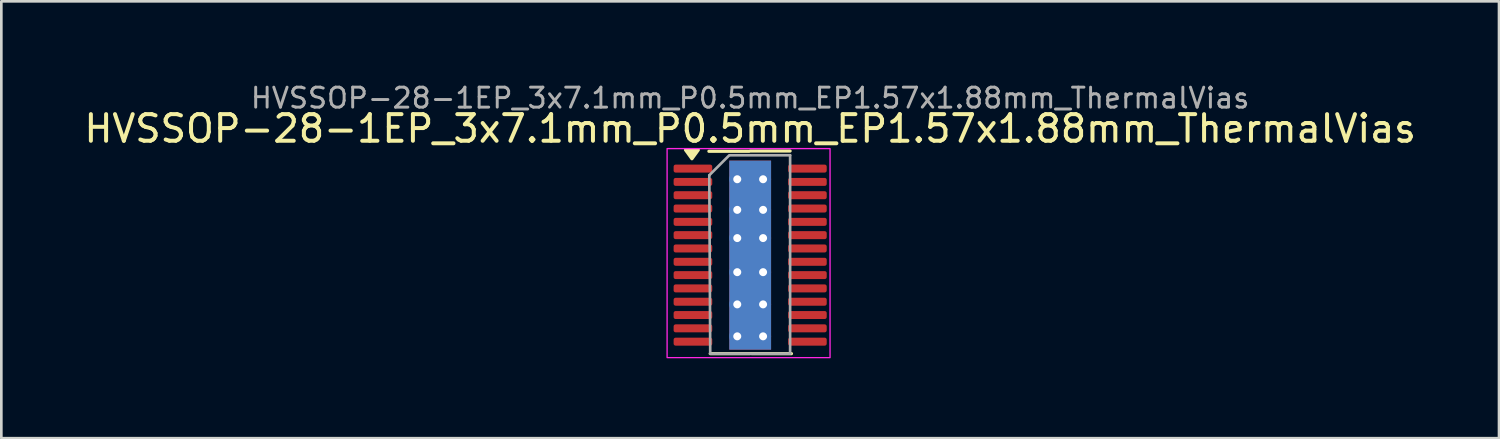
<source format=kicad_pcb>
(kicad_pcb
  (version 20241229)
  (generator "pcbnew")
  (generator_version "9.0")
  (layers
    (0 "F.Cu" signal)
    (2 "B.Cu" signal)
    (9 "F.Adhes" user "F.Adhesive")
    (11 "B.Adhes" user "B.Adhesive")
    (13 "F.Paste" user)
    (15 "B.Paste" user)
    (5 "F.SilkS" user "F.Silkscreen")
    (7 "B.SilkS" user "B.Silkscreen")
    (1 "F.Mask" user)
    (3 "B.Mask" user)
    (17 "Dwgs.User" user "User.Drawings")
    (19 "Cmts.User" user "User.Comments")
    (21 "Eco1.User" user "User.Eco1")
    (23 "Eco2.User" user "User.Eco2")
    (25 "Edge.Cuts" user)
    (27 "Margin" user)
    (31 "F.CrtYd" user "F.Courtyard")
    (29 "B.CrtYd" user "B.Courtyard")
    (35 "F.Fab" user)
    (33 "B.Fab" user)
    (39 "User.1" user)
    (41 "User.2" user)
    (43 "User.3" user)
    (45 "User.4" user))
  (footprint "HVSSOP-28-1EP_3x7.1mm_P0.5mm_EP1.57x1.88mm_ThermalVias"
    (layer "F.Cu")
    (at 25.125 6.532)
    (property "Reference" "HVSSOP-28-1EP_3x7.1mm_P0.5mm_EP1.57x1.88mm_ThermalVias" (at 0 -4.75 0) (layer "F.SilkS") (effects (font (size 1 1) (thickness 0.15))))
    (attr smd)
    (fp_line (start -0.05 -3.9) (end -1.55 -3.9) (stroke (width 0.12) (type solid)) (layer "F.SilkS"))
    (fp_line (start 0 -3.91) (end 1.5 -3.91) (stroke (width 0.12) (type solid)) (layer "F.SilkS"))
    (fp_line (start 0 3.7) (end -1.5 3.7) (stroke (width 0.12) (type solid)) (layer "F.SilkS"))
    (fp_line (start 0.05 3.7) (end 1.55 3.7) (stroke (width 0.12) (type solid)) (layer "F.SilkS"))
    (fp_poly (pts (xy -2.188 -3.62) (xy -2.428 -3.95) (xy -1.948 -3.95)) (stroke (width 0.12) (type solid)) (fill yes) (layer "F.SilkS"))
    (fp_rect (start -3.12 -4) (end 3 3.85) (stroke (width 0.05) (type solid)) (fill no) (layer "F.CrtYd"))
    (fp_line (start -1.535 -3) (end -0.785 -3.75) (stroke (width 0.1) (type solid)) (layer "F.Fab"))
    (fp_line (start -1.5 3.7) (end -1.535 -3) (stroke (width 0.1) (type solid)) (layer "F.Fab"))
    (fp_line (start -0.75 -3.75) (end 1.5 -3.75) (stroke (width 0.1) (type solid)) (layer "F.Fab"))
    (fp_line (start 1.5 -3.75) (end 1.5 3.7) (stroke (width 0.1) (type solid)) (layer "F.Fab"))
    (fp_line (start 1.5 3.7) (end -1.5 3.7) (stroke (width 0.1) (type solid)) (layer "F.Fab"))
    (fp_text user "${REFERENCE}" (at 0 -5.9 0) (layer "F.Fab") (effects (font (size 0.75 0.75) (thickness 0.11))))
    (pad "" smd roundrect (at -0.39 -0.47) (size 0.63 0.76) (layers "F.Paste") (roundrect_rratio 0.25))
    (pad "" smd roundrect (at -0.39 0.47) (size 0.63 0.76) (layers "F.Paste") (roundrect_rratio 0.25))
    (pad "" smd roundrect (at 0.39 -0.47) (size 0.63 0.76) (layers "F.Paste") (roundrect_rratio 0.25))
    (pad "" smd roundrect (at 0.39 0.47) (size 0.63 0.76) (layers "F.Paste") (roundrect_rratio 0.25))
    (pad "1" smd roundrect (at -2.15 -3.25) (size 1.45 0.3) (layers "F.Cu" "F.Mask" "F.Paste") (roundrect_rratio 0.25))
    (pad "2" smd roundrect (at -2.15 -2.75) (size 1.45 0.3) (layers "F.Cu" "F.Mask" "F.Paste") (roundrect_rratio 0.25))
    (pad "3" smd roundrect (at -2.15 -2.25) (size 1.45 0.3) (layers "F.Cu" "F.Mask" "F.Paste") (roundrect_rratio 0.25))
    (pad "4" smd roundrect (at -2.15 -1.75) (size 1.45 0.3) (layers "F.Cu" "F.Mask" "F.Paste") (roundrect_rratio 0.25))
    (pad "5" smd roundrect (at -2.15 -1.25) (size 1.45 0.3) (layers "F.Cu" "F.Mask" "F.Paste") (roundrect_rratio 0.25))
    (pad "6" smd roundrect (at -2.15 -0.75) (size 1.45 0.3) (layers "F.Cu" "F.Mask" "F.Paste") (roundrect_rratio 0.25))
    (pad "7" smd roundrect (at -2.15 -0.25) (size 1.45 0.3) (layers "F.Cu" "F.Mask" "F.Paste") (roundrect_rratio 0.25))
    (pad "8" smd roundrect (at -2.15 0.25) (size 1.45 0.3) (layers "F.Cu" "F.Mask" "F.Paste") (roundrect_rratio 0.25))
    (pad "9" smd roundrect (at -2.15 0.75) (size 1.45 0.3) (layers "F.Cu" "F.Mask" "F.Paste") (roundrect_rratio 0.25))
    (pad "10" smd roundrect (at -2.15 1.25) (size 1.45 0.3) (layers "F.Cu" "F.Mask" "F.Paste") (roundrect_rratio 0.25))
    (pad "11" smd roundrect (at -2.15 1.75) (size 1.45 0.3) (layers "F.Cu" "F.Mask" "F.Paste") (roundrect_rratio 0.25))
    (pad "12" smd roundrect (at -2.15 2.25) (size 1.45 0.3) (layers "F.Cu" "F.Mask" "F.Paste") (roundrect_rratio 0.25))
    (pad "13" smd roundrect (at -2.15 2.75) (size 1.45 0.3) (layers "F.Cu" "F.Mask" "F.Paste") (roundrect_rratio 0.25))
    (pad "14" smd roundrect (at -2.15 3.25) (size 1.45 0.3) (layers "F.Cu" "F.Mask" "F.Paste") (roundrect_rratio 0.25))
    (pad "15" smd roundrect (at 2.15 3.25) (size 1.45 0.3) (layers "F.Cu" "F.Mask" "F.Paste") (roundrect_rratio 0.25))
    (pad "16" smd roundrect (at 2.15 2.75) (size 1.45 0.3) (layers "F.Cu" "F.Mask" "F.Paste") (roundrect_rratio 0.25))
    (pad "17" smd roundrect (at 2.15 2.25) (size 1.45 0.3) (layers "F.Cu" "F.Mask" "F.Paste") (roundrect_rratio 0.25))
    (pad "18" smd roundrect (at 2.15 1.75) (size 1.45 0.3) (layers "F.Cu" "F.Mask" "F.Paste") (roundrect_rratio 0.25))
    (pad "19" smd roundrect (at 2.15 1.25) (size 1.45 0.3) (layers "F.Cu" "F.Mask" "F.Paste") (roundrect_rratio 0.25))
    (pad "20" smd roundrect (at 2.15 0.75) (size 1.45 0.3) (layers "F.Cu" "F.Mask" "F.Paste") (roundrect_rratio 0.25))
    (pad "21" smd roundrect (at 2.15 0.25) (size 1.45 0.3) (layers "F.Cu" "F.Mask" "F.Paste") (roundrect_rratio 0.25))
    (pad "22" smd roundrect (at 2.15 -0.25) (size 1.45 0.3) (layers "F.Cu" "F.Mask" "F.Paste") (roundrect_rratio 0.25))
    (pad "23" smd roundrect (at 2.15 -0.75) (size 1.45 0.3) (layers "F.Cu" "F.Mask" "F.Paste") (roundrect_rratio 0.25))
    (pad "24" smd roundrect (at 2.15 -1.25) (size 1.45 0.3) (layers "F.Cu" "F.Mask" "F.Paste") (roundrect_rratio 0.25))
    (pad "25" smd roundrect (at 2.15 -1.75) (size 1.45 0.3) (layers "F.Cu" "F.Mask" "F.Paste") (roundrect_rratio 0.25))
    (pad "26" smd roundrect (at 2.15 -2.25) (size 1.45 0.3) (layers "F.Cu" "F.Mask" "F.Paste") (roundrect_rratio 0.25))
    (pad "27" smd roundrect (at 2.15 -2.75) (size 1.45 0.3) (layers "F.Cu" "F.Mask" "F.Paste") (roundrect_rratio 0.25))
    (pad "28" smd roundrect (at 2.15 -3.25) (size 1.45 0.3) (layers "F.Cu" "F.Mask" "F.Paste") (roundrect_rratio 0.25))
    (pad "29" thru_hole circle (at -0.485 -2.85) (size 0.6 0.6) (drill 0.3) (property pad_prop_heatsink) (layers "*.Cu"))
    (pad "29" thru_hole circle (at -0.485 -1.7) (size 0.6 0.6) (drill 0.3) (property pad_prop_heatsink) (layers "*.Cu"))
    (pad "29" thru_hole circle (at -0.485 -0.64) (size 0.6 0.6) (drill 0.3) (property pad_prop_heatsink) (layers "*.Cu"))
    (pad "29" thru_hole circle (at -0.485 0.64) (size 0.6 0.6) (drill 0.3) (property pad_prop_heatsink) (layers "*.Cu"))
    (pad "29" thru_hole circle (at -0.485 1.85) (size 0.6 0.6) (drill 0.3) (property pad_prop_heatsink) (layers "*.Cu"))
    (pad "29" thru_hole circle (at -0.485 3.05) (size 0.6 0.6) (drill 0.3) (property pad_prop_heatsink) (layers "*.Cu"))
    (pad "29" smd rect (at 0 0) (size 1.57 7.1) (property pad_prop_heatsink) (layers "F.Cu" "F.Mask"))
    (pad "29" smd rect (at 0 0) (size 1.57 7.1) (property pad_prop_heatsink) (layers "B.Cu"))
    (pad "29" thru_hole circle (at 0.485 -2.85) (size 0.6 0.6) (drill 0.3) (property pad_prop_heatsink) (layers "*.Cu"))
    (pad "29" thru_hole circle (at 0.485 -1.7) (size 0.6 0.6) (drill 0.3) (property pad_prop_heatsink) (layers "*.Cu"))
    (pad "29" thru_hole circle (at 0.485 -0.64) (size 0.6 0.6) (drill 0.3) (property pad_prop_heatsink) (layers "*.Cu"))
    (pad "29" thru_hole circle (at 0.485 0.64) (size 0.6 0.6) (drill 0.3) (property pad_prop_heatsink) (layers "*.Cu"))
    (pad "29" thru_hole circle (at 0.485 1.85) (size 0.6 0.6) (drill 0.3) (property pad_prop_heatsink) (layers "*.Cu"))
    (pad "29" thru_hole circle (at 0.485 3.05) (size 0.6 0.6) (drill 0.3) (property pad_prop_heatsink) (layers "*.Cu")))
  (gr_rect
    (start -3 -3)
    (end 53.25 13.407)
    (stroke (width 0.1) (type default))
    (fill no)
    (layer "Edge.Cuts")))
</source>
